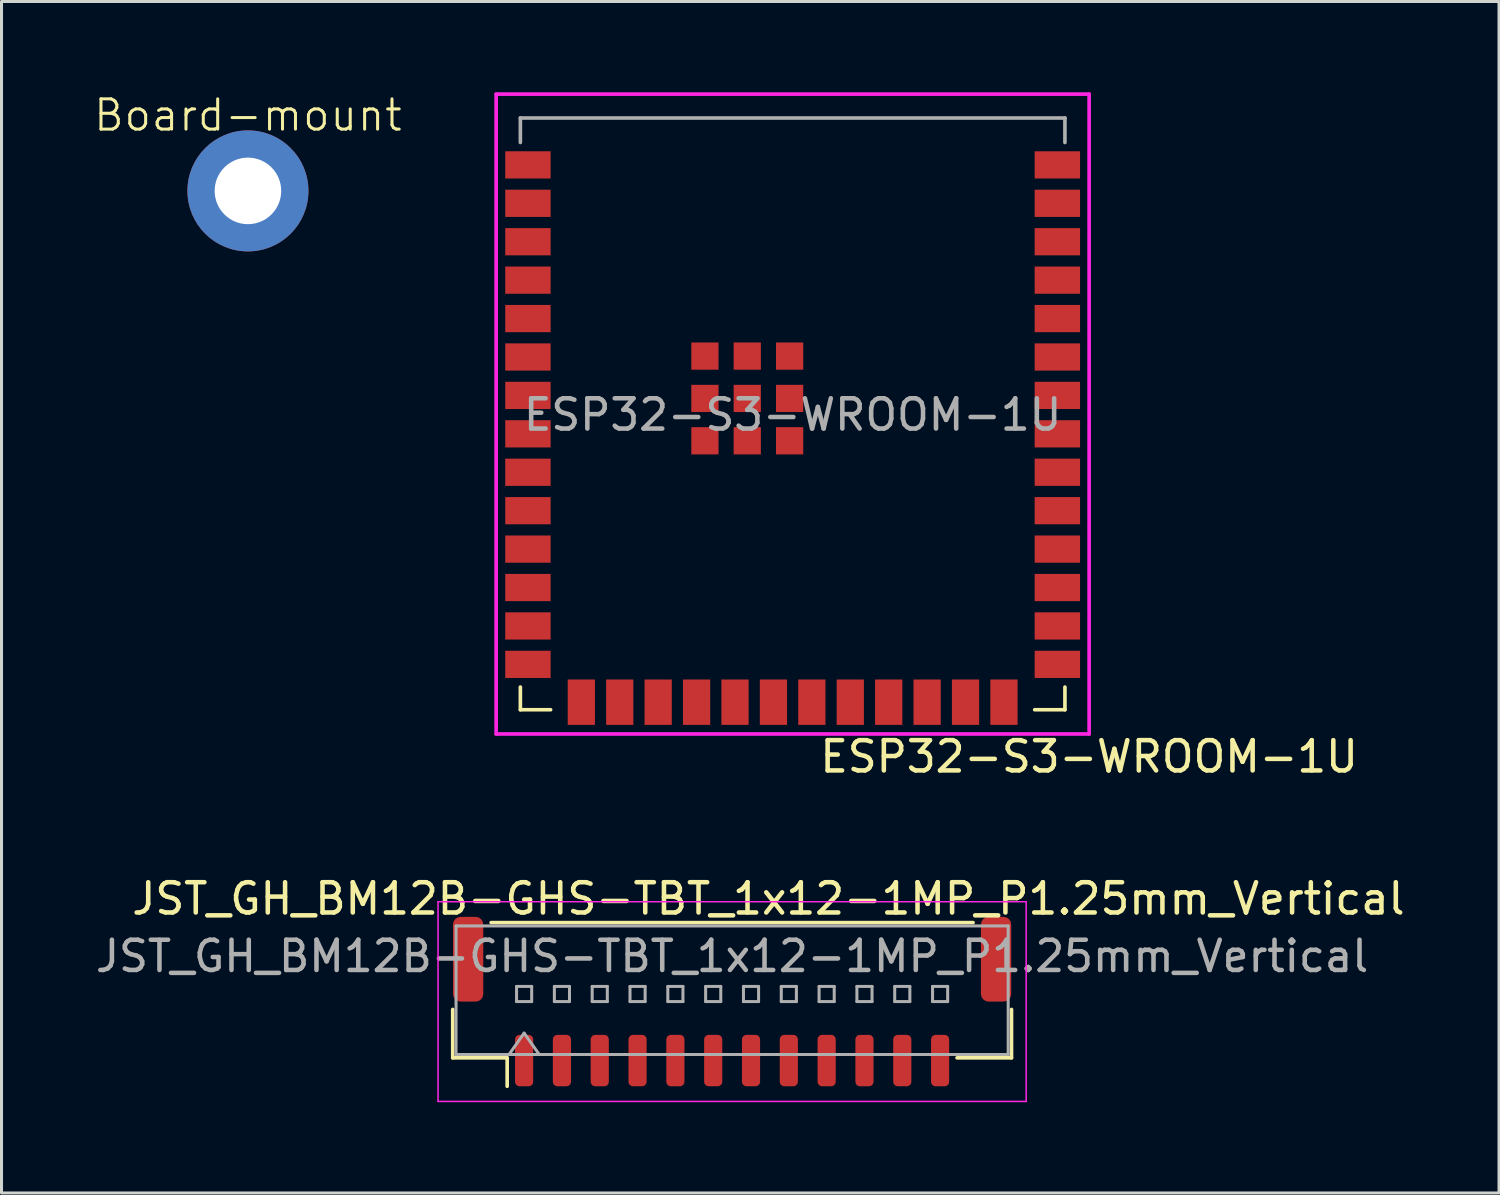
<source format=kicad_pcb>
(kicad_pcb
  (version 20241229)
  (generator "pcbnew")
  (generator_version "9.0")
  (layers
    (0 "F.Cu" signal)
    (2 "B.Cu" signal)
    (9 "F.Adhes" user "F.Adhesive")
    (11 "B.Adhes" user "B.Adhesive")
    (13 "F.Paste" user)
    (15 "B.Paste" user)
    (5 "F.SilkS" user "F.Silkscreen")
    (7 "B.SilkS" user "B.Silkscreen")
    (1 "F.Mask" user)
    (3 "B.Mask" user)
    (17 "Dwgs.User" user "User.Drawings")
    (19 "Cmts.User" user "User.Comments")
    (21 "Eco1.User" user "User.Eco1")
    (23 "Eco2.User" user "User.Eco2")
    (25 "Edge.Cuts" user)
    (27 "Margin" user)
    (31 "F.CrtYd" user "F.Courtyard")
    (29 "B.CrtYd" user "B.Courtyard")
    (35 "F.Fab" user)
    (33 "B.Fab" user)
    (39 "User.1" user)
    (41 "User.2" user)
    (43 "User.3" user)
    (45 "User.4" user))
  (footprint "Board-mount"
    (layer "F.Cu")
    (at 5.145 3.26)
    (property "Reference" "Board-mount" (at 0 -2.5 0) (unlocked yes) (layer "F.SilkS") (effects (font (size 1 1) (thickness 0.1))))
    (attr smd)
    (pad "" thru_hole circle (at 0 0) (size 4 4) (drill 2.2) (layers "*.Cu" "*.Mask")))
  (footprint "JST_GH_BM12B-GHS-TBT_1x12-1MP_P1.25mm_Vertical"
    (layer "F.Cu")
    (at 21.149 30.056)
    (property "Reference" "JST_GH_BM12B-GHS-TBT_1x12-1MP_P1.25mm_Vertical" (at 1.2 -3.4 0) (layer "F.SilkS") (effects (font (size 1 1) (thickness 0.15))))
    (attr smd)
    (fp_line (start -9.235 0.26) (end -9.235 1.86) (stroke (width 0.12) (type solid)) (layer "F.SilkS"))
    (fp_line (start -9.235 1.86) (end -7.435 1.86) (stroke (width 0.12) (type solid)) (layer "F.SilkS"))
    (fp_line (start -7.965 -2.61) (end 7.965 -2.61) (stroke (width 0.12) (type solid)) (layer "F.SilkS"))
    (fp_line (start -7.435 1.86) (end -7.435 2.8) (stroke (width 0.12) (type solid)) (layer "F.SilkS"))
    (fp_line (start 9.235 0.26) (end 9.235 1.86) (stroke (width 0.12) (type solid)) (layer "F.SilkS"))
    (fp_line (start 9.235 1.86) (end 7.435 1.86) (stroke (width 0.12) (type solid)) (layer "F.SilkS"))
    (fp_line (start -9.72 -3.3) (end -9.72 3.3) (stroke (width 0.05) (type solid)) (layer "F.CrtYd"))
    (fp_line (start -9.72 3.3) (end 9.72 3.3) (stroke (width 0.05) (type solid)) (layer "F.CrtYd"))
    (fp_line (start 9.72 -3.3) (end -9.72 -3.3) (stroke (width 0.05) (type solid)) (layer "F.CrtYd"))
    (fp_line (start 9.72 3.3) (end 9.72 -3.3) (stroke (width 0.05) (type solid)) (layer "F.CrtYd"))
    (fp_line (start -9.125 -2.5) (end 9.125 -2.5) (stroke (width 0.1) (type solid)) (layer "F.Fab"))
    (fp_line (start -9.125 1.75) (end -9.125 -2.5) (stroke (width 0.1) (type solid)) (layer "F.Fab"))
    (fp_line (start -9.125 1.75) (end 9.125 1.75) (stroke (width 0.1) (type solid)) (layer "F.Fab"))
    (fp_line (start -7.375 1.75) (end -6.875 1.043) (stroke (width 0.1) (type solid)) (layer "F.Fab"))
    (fp_line (start -7.125 -0.5) (end -7.125 0) (stroke (width 0.1) (type solid)) (layer "F.Fab"))
    (fp_line (start -7.125 0) (end -6.625 0) (stroke (width 0.1) (type solid)) (layer "F.Fab"))
    (fp_line (start -6.875 1.043) (end -6.375 1.75) (stroke (width 0.1) (type solid)) (layer "F.Fab"))
    (fp_line (start -6.625 -0.5) (end -7.125 -0.5) (stroke (width 0.1) (type solid)) (layer "F.Fab"))
    (fp_line (start -6.625 0) (end -6.625 -0.5) (stroke (width 0.1) (type solid)) (layer "F.Fab"))
    (fp_line (start -5.875 -0.5) (end -5.875 0) (stroke (width 0.1) (type solid)) (layer "F.Fab"))
    (fp_line (start -5.875 0) (end -5.375 0) (stroke (width 0.1) (type solid)) (layer "F.Fab"))
    (fp_line (start -5.375 -0.5) (end -5.875 -0.5) (stroke (width 0.1) (type solid)) (layer "F.Fab"))
    (fp_line (start -5.375 0) (end -5.375 -0.5) (stroke (width 0.1) (type solid)) (layer "F.Fab"))
    (fp_line (start -4.625 -0.5) (end -4.625 0) (stroke (width 0.1) (type solid)) (layer "F.Fab"))
    (fp_line (start -4.625 0) (end -4.125 0) (stroke (width 0.1) (type solid)) (layer "F.Fab"))
    (fp_line (start -4.125 -0.5) (end -4.625 -0.5) (stroke (width 0.1) (type solid)) (layer "F.Fab"))
    (fp_line (start -4.125 0) (end -4.125 -0.5) (stroke (width 0.1) (type solid)) (layer "F.Fab"))
    (fp_line (start -3.375 -0.5) (end -3.375 0) (stroke (width 0.1) (type solid)) (layer "F.Fab"))
    (fp_line (start -3.375 0) (end -2.875 0) (stroke (width 0.1) (type solid)) (layer "F.Fab"))
    (fp_line (start -2.875 -0.5) (end -3.375 -0.5) (stroke (width 0.1) (type solid)) (layer "F.Fab"))
    (fp_line (start -2.875 0) (end -2.875 -0.5) (stroke (width 0.1) (type solid)) (layer "F.Fab"))
    (fp_line (start -2.125 -0.5) (end -2.125 0) (stroke (width 0.1) (type solid)) (layer "F.Fab"))
    (fp_line (start -2.125 0) (end -1.625 0) (stroke (width 0.1) (type solid)) (layer "F.Fab"))
    (fp_line (start -1.625 -0.5) (end -2.125 -0.5) (stroke (width 0.1) (type solid)) (layer "F.Fab"))
    (fp_line (start -1.625 0) (end -1.625 -0.5) (stroke (width 0.1) (type solid)) (layer "F.Fab"))
    (fp_line (start -0.875 -0.5) (end -0.875 0) (stroke (width 0.1) (type solid)) (layer "F.Fab"))
    (fp_line (start -0.875 0) (end -0.375 0) (stroke (width 0.1) (type solid)) (layer "F.Fab"))
    (fp_line (start -0.375 -0.5) (end -0.875 -0.5) (stroke (width 0.1) (type solid)) (layer "F.Fab"))
    (fp_line (start -0.375 0) (end -0.375 -0.5) (stroke (width 0.1) (type solid)) (layer "F.Fab"))
    (fp_line (start 0.375 -0.5) (end 0.375 0) (stroke (width 0.1) (type solid)) (layer "F.Fab"))
    (fp_line (start 0.375 0) (end 0.875 0) (stroke (width 0.1) (type solid)) (layer "F.Fab"))
    (fp_line (start 0.875 -0.5) (end 0.375 -0.5) (stroke (width 0.1) (type solid)) (layer "F.Fab"))
    (fp_line (start 0.875 0) (end 0.875 -0.5) (stroke (width 0.1) (type solid)) (layer "F.Fab"))
    (fp_line (start 1.625 -0.5) (end 1.625 0) (stroke (width 0.1) (type solid)) (layer "F.Fab"))
    (fp_line (start 1.625 0) (end 2.125 0) (stroke (width 0.1) (type solid)) (layer "F.Fab"))
    (fp_line (start 2.125 -0.5) (end 1.625 -0.5) (stroke (width 0.1) (type solid)) (layer "F.Fab"))
    (fp_line (start 2.125 0) (end 2.125 -0.5) (stroke (width 0.1) (type solid)) (layer "F.Fab"))
    (fp_line (start 2.875 -0.5) (end 2.875 0) (stroke (width 0.1) (type solid)) (layer "F.Fab"))
    (fp_line (start 2.875 0) (end 3.375 0) (stroke (width 0.1) (type solid)) (layer "F.Fab"))
    (fp_line (start 3.375 -0.5) (end 2.875 -0.5) (stroke (width 0.1) (type solid)) (layer "F.Fab"))
    (fp_line (start 3.375 0) (end 3.375 -0.5) (stroke (width 0.1) (type solid)) (layer "F.Fab"))
    (fp_line (start 4.125 -0.5) (end 4.125 0) (stroke (width 0.1) (type solid)) (layer "F.Fab"))
    (fp_line (start 4.125 0) (end 4.625 0) (stroke (width 0.1) (type solid)) (layer "F.Fab"))
    (fp_line (start 4.625 -0.5) (end 4.125 -0.5) (stroke (width 0.1) (type solid)) (layer "F.Fab"))
    (fp_line (start 4.625 0) (end 4.625 -0.5) (stroke (width 0.1) (type solid)) (layer "F.Fab"))
    (fp_line (start 5.375 -0.5) (end 5.375 0) (stroke (width 0.1) (type solid)) (layer "F.Fab"))
    (fp_line (start 5.375 0) (end 5.875 0) (stroke (width 0.1) (type solid)) (layer "F.Fab"))
    (fp_line (start 5.875 -0.5) (end 5.375 -0.5) (stroke (width 0.1) (type solid)) (layer "F.Fab"))
    (fp_line (start 5.875 0) (end 5.875 -0.5) (stroke (width 0.1) (type solid)) (layer "F.Fab"))
    (fp_line (start 6.625 -0.5) (end 6.625 0) (stroke (width 0.1) (type solid)) (layer "F.Fab"))
    (fp_line (start 6.625 0) (end 7.125 0) (stroke (width 0.1) (type solid)) (layer "F.Fab"))
    (fp_line (start 7.125 -0.5) (end 6.625 -0.5) (stroke (width 0.1) (type solid)) (layer "F.Fab"))
    (fp_line (start 7.125 0) (end 7.125 -0.5) (stroke (width 0.1) (type solid)) (layer "F.Fab"))
    (fp_line (start 9.125 1.75) (end 9.125 -2.5) (stroke (width 0.1) (type solid)) (layer "F.Fab"))
    (fp_text user "${REFERENCE}" (at 0 -1.5 0) (layer "F.Fab") (effects (font (size 1 1) (thickness 0.15))))
    (pad "1" smd roundrect (at -6.875 1.95) (size 0.6 1.7) (layers "F.Cu" "F.Mask" "F.Paste") (roundrect_rratio 0.25))
    (pad "2" smd roundrect (at -5.625 1.95) (size 0.6 1.7) (layers "F.Cu" "F.Mask" "F.Paste") (roundrect_rratio 0.25))
    (pad "3" smd roundrect (at -4.375 1.95) (size 0.6 1.7) (layers "F.Cu" "F.Mask" "F.Paste") (roundrect_rratio 0.25))
    (pad "4" smd roundrect (at -3.125 1.95) (size 0.6 1.7) (layers "F.Cu" "F.Mask" "F.Paste") (roundrect_rratio 0.25))
    (pad "5" smd roundrect (at -1.875 1.95) (size 0.6 1.7) (layers "F.Cu" "F.Mask" "F.Paste") (roundrect_rratio 0.25))
    (pad "6" smd roundrect (at -0.625 1.95) (size 0.6 1.7) (layers "F.Cu" "F.Mask" "F.Paste") (roundrect_rratio 0.25))
    (pad "7" smd roundrect (at 0.625 1.95) (size 0.6 1.7) (layers "F.Cu" "F.Mask" "F.Paste") (roundrect_rratio 0.25))
    (pad "8" smd roundrect (at 1.875 1.95) (size 0.6 1.7) (layers "F.Cu" "F.Mask" "F.Paste") (roundrect_rratio 0.25))
    (pad "9" smd roundrect (at 3.125 1.95) (size 0.6 1.7) (layers "F.Cu" "F.Mask" "F.Paste") (roundrect_rratio 0.25))
    (pad "10" smd roundrect (at 4.375 1.95) (size 0.6 1.7) (layers "F.Cu" "F.Mask" "F.Paste") (roundrect_rratio 0.25))
    (pad "11" smd roundrect (at 5.625 1.95) (size 0.6 1.7) (layers "F.Cu" "F.Mask" "F.Paste") (roundrect_rratio 0.25))
    (pad "12" smd roundrect (at 6.875 1.95) (size 0.6 1.7) (layers "F.Cu" "F.Mask" "F.Paste") (roundrect_rratio 0.25))
    (pad "MP" smd roundrect (at -8.725 -1.4) (size 1 2.8) (layers "F.Cu" "F.Mask" "F.Paste") (roundrect_rratio 0.25))
    (pad "MP2" smd roundrect (at 8.725 -1.4) (size 1 2.8) (layers "F.Cu" "F.Mask" "F.Paste") (roundrect_rratio 0.25)))
  (footprint "ESP32-S3-WROOM-1U"
    (layer "F.Cu")
    (at 23.15 10.66)
    (property "Reference" "ESP32-S3-WROOM-1U" (at 9.8 11.3 0) (layer "F.SilkS") (effects (font (size 1 1) (thickness 0.15))))
    (attr smd)
    (fp_line (start -9 9) (end -9 9.75) (stroke (width 0.12) (type solid)) (layer "F.SilkS"))
    (fp_line (start -9 9.75) (end -8 9.75) (stroke (width 0.12) (type solid)) (layer "F.SilkS"))
    (fp_line (start 9 9) (end 9 9.75) (stroke (width 0.12) (type solid)) (layer "F.SilkS"))
    (fp_line (start 9 9.75) (end 8 9.75) (stroke (width 0.12) (type solid)) (layer "F.SilkS"))
    (fp_line (start -9 -9.81) (end 9 -9.81) (stroke (width 0.12) (type solid)) (layer "Eco2.User"))
    (fp_line (start -9 9.75) (end -9 -9.81) (stroke (width 0.12) (type solid)) (layer "Eco2.User"))
    (fp_line (start 9 -9.81) (end 9 9.75) (stroke (width 0.12) (type solid)) (layer "Eco2.User"))
    (fp_line (start 9 9.75) (end -9 9.75) (stroke (width 0.12) (type solid)) (layer "Eco2.User"))
    (fp_line (start -9.8 -10.6) (end -9.8 10.55) (stroke (width 0.12) (type solid)) (layer "F.CrtYd"))
    (fp_line (start -9.8 10.55) (end 9.8 10.55) (stroke (width 0.12) (type solid)) (layer "F.CrtYd"))
    (fp_line (start 9.8 -10.6) (end -9.8 -10.6) (stroke (width 0.12) (type solid)) (layer "F.CrtYd"))
    (fp_line (start 9.8 -10.6) (end 9.8 10.55) (stroke (width 0.12) (type solid)) (layer "F.CrtYd"))
    (fp_line (start -9 -9.81) (end -9 -9) (stroke (width 0.12) (type solid)) (layer "F.Fab"))
    (fp_line (start 9 -9.81) (end -9 -9.81) (stroke (width 0.12) (type solid)) (layer "F.Fab"))
    (fp_line (start 9 -9.81) (end 9 -9) (stroke (width 0.12) (type solid)) (layer "F.Fab"))
    (fp_text user "${REFERENCE}" (at 0 0 0) (layer "F.Fab") (effects (font (size 1 1) (thickness 0.15))))
    (pad "1" smd rect (at -8.75 -8.26) (size 1.5 0.9) (layers "F.Cu" "F.Mask" "F.Paste"))
    (pad "2" smd rect (at -8.75 -6.99) (size 1.5 0.9) (layers "F.Cu" "F.Mask" "F.Paste"))
    (pad "3" smd rect (at -8.75 -5.72) (size 1.5 0.9) (layers "F.Cu" "F.Mask" "F.Paste"))
    (pad "4" smd rect (at -8.75 -4.45) (size 1.5 0.9) (layers "F.Cu" "F.Mask" "F.Paste"))
    (pad "5" smd rect (at -8.75 -3.18) (size 1.5 0.9) (layers "F.Cu" "F.Mask" "F.Paste"))
    (pad "6" smd rect (at -8.75 -1.91) (size 1.5 0.9) (layers "F.Cu" "F.Mask" "F.Paste"))
    (pad "7" smd rect (at -8.75 -0.64) (size 1.5 0.9) (layers "F.Cu" "F.Mask" "F.Paste"))
    (pad "8" smd rect (at -8.75 0.63) (size 1.5 0.9) (layers "F.Cu" "F.Mask" "F.Paste"))
    (pad "9" smd rect (at -8.75 1.9) (size 1.5 0.9) (layers "F.Cu" "F.Mask" "F.Paste"))
    (pad "10" smd rect (at -8.75 3.17) (size 1.5 0.9) (layers "F.Cu" "F.Mask" "F.Paste"))
    (pad "11" smd rect (at -8.75 4.44) (size 1.5 0.9) (layers "F.Cu" "F.Mask" "F.Paste"))
    (pad "12" smd rect (at -8.75 5.71) (size 1.5 0.9) (layers "F.Cu" "F.Mask" "F.Paste"))
    (pad "13" smd rect (at -8.75 6.98) (size 1.5 0.9) (layers "F.Cu" "F.Mask" "F.Paste"))
    (pad "14" smd rect (at -8.75 8.25) (size 1.5 0.9) (layers "F.Cu" "F.Mask" "F.Paste"))
    (pad "15" smd rect (at -6.985 9.5 90) (size 1.5 0.9) (layers "F.Cu" "F.Mask" "F.Paste"))
    (pad "16" smd rect (at -5.715 9.5 90) (size 1.5 0.9) (layers "F.Cu" "F.Mask" "F.Paste"))
    (pad "17" smd rect (at -4.445 9.5 90) (size 1.5 0.9) (layers "F.Cu" "F.Mask" "F.Paste"))
    (pad "18" smd rect (at -3.175 9.5 90) (size 1.5 0.9) (layers "F.Cu" "F.Mask" "F.Paste"))
    (pad "19" smd rect (at -1.905 9.5 90) (size 1.5 0.9) (layers "F.Cu" "F.Mask" "F.Paste"))
    (pad "20" smd rect (at -0.635 9.5 90) (size 1.5 0.9) (layers "F.Cu" "F.Mask" "F.Paste"))
    (pad "21" smd rect (at 0.635 9.5 90) (size 1.5 0.9) (layers "F.Cu" "F.Mask" "F.Paste"))
    (pad "22" smd rect (at 1.905 9.5 90) (size 1.5 0.9) (layers "F.Cu" "F.Mask" "F.Paste"))
    (pad "23" smd rect (at 3.175 9.5 90) (size 1.5 0.9) (layers "F.Cu" "F.Mask" "F.Paste"))
    (pad "24" smd rect (at 4.445 9.5 90) (size 1.5 0.9) (layers "F.Cu" "F.Mask" "F.Paste"))
    (pad "25" smd rect (at 5.715 9.5 90) (size 1.5 0.9) (layers "F.Cu" "F.Mask" "F.Paste"))
    (pad "26" smd rect (at 6.985 9.5 90) (size 1.5 0.9) (layers "F.Cu" "F.Mask" "F.Paste"))
    (pad "27" smd rect (at 8.75 8.25 180) (size 1.5 0.9) (layers "F.Cu" "F.Mask" "F.Paste"))
    (pad "28" smd rect (at 8.75 6.98 180) (size 1.5 0.9) (layers "F.Cu" "F.Mask" "F.Paste"))
    (pad "29" smd rect (at 8.75 5.71 180) (size 1.5 0.9) (layers "F.Cu" "F.Mask" "F.Paste"))
    (pad "30" smd rect (at 8.75 4.44 180) (size 1.5 0.9) (layers "F.Cu" "F.Mask" "F.Paste"))
    (pad "31" smd rect (at 8.75 3.17 180) (size 1.5 0.9) (layers "F.Cu" "F.Mask" "F.Paste"))
    (pad "32" smd rect (at 8.75 1.9 180) (size 1.5 0.9) (layers "F.Cu" "F.Mask" "F.Paste"))
    (pad "33" smd rect (at 8.75 0.63 180) (size 1.5 0.9) (layers "F.Cu" "F.Mask" "F.Paste"))
    (pad "34" smd rect (at 8.75 -0.64 180) (size 1.5 0.9) (layers "F.Cu" "F.Mask" "F.Paste"))
    (pad "35" smd rect (at 8.75 -1.91 180) (size 1.5 0.9) (layers "F.Cu" "F.Mask" "F.Paste"))
    (pad "36" smd rect (at 8.75 -3.18 180) (size 1.5 0.9) (layers "F.Cu" "F.Mask" "F.Paste"))
    (pad "37" smd rect (at 8.75 -4.45 180) (size 1.5 0.9) (layers "F.Cu" "F.Mask" "F.Paste"))
    (pad "38" smd rect (at 8.75 -5.72 180) (size 1.5 0.9) (layers "F.Cu" "F.Mask" "F.Paste"))
    (pad "39" smd rect (at 8.75 -6.99 180) (size 1.5 0.9) (layers "F.Cu" "F.Mask" "F.Paste"))
    (pad "40" smd rect (at 8.75 -8.26 180) (size 1.5 0.9) (layers "F.Cu" "F.Mask" "F.Paste"))
    (pad "41" smd rect (at -2.9 -1.94 180) (size 0.9 0.9) (layers "F.Cu" "F.Mask" "F.Paste"))
    (pad "41" smd rect (at -2.9 -0.54 180) (size 0.9 0.9) (layers "F.Cu" "F.Mask" "F.Paste"))
    (pad "41" smd rect (at -2.9 0.86 180) (size 0.9 0.9) (layers "F.Cu" "F.Mask" "F.Paste"))
    (pad "41" smd rect (at -1.5 -1.94 180) (size 0.9 0.9) (layers "F.Cu" "F.Mask" "F.Paste"))
    (pad "41" smd rect (at -1.5 -0.54 180) (size 0.9 0.9) (layers "F.Cu" "F.Mask" "F.Paste"))
    (pad "41" smd rect (at -1.5 0.86 180) (size 0.9 0.9) (layers "F.Cu" "F.Mask" "F.Paste"))
    (pad "41" smd rect (at -0.1 -1.94 180) (size 0.9 0.9) (layers "F.Cu" "F.Mask" "F.Paste"))
    (pad "41" smd rect (at -0.1 -0.54 180) (size 0.9 0.9) (layers "F.Cu" "F.Mask" "F.Paste"))
    (pad "41" smd rect (at -0.1 0.86 180) (size 0.9 0.9) (layers "F.Cu" "F.Mask" "F.Paste")))
  (gr_rect
    (start -3 -3)
    (end 46.498 36.382)
    (stroke (width 0.1) (type default))
    (fill no)
    (layer "Edge.Cuts")))
</source>
